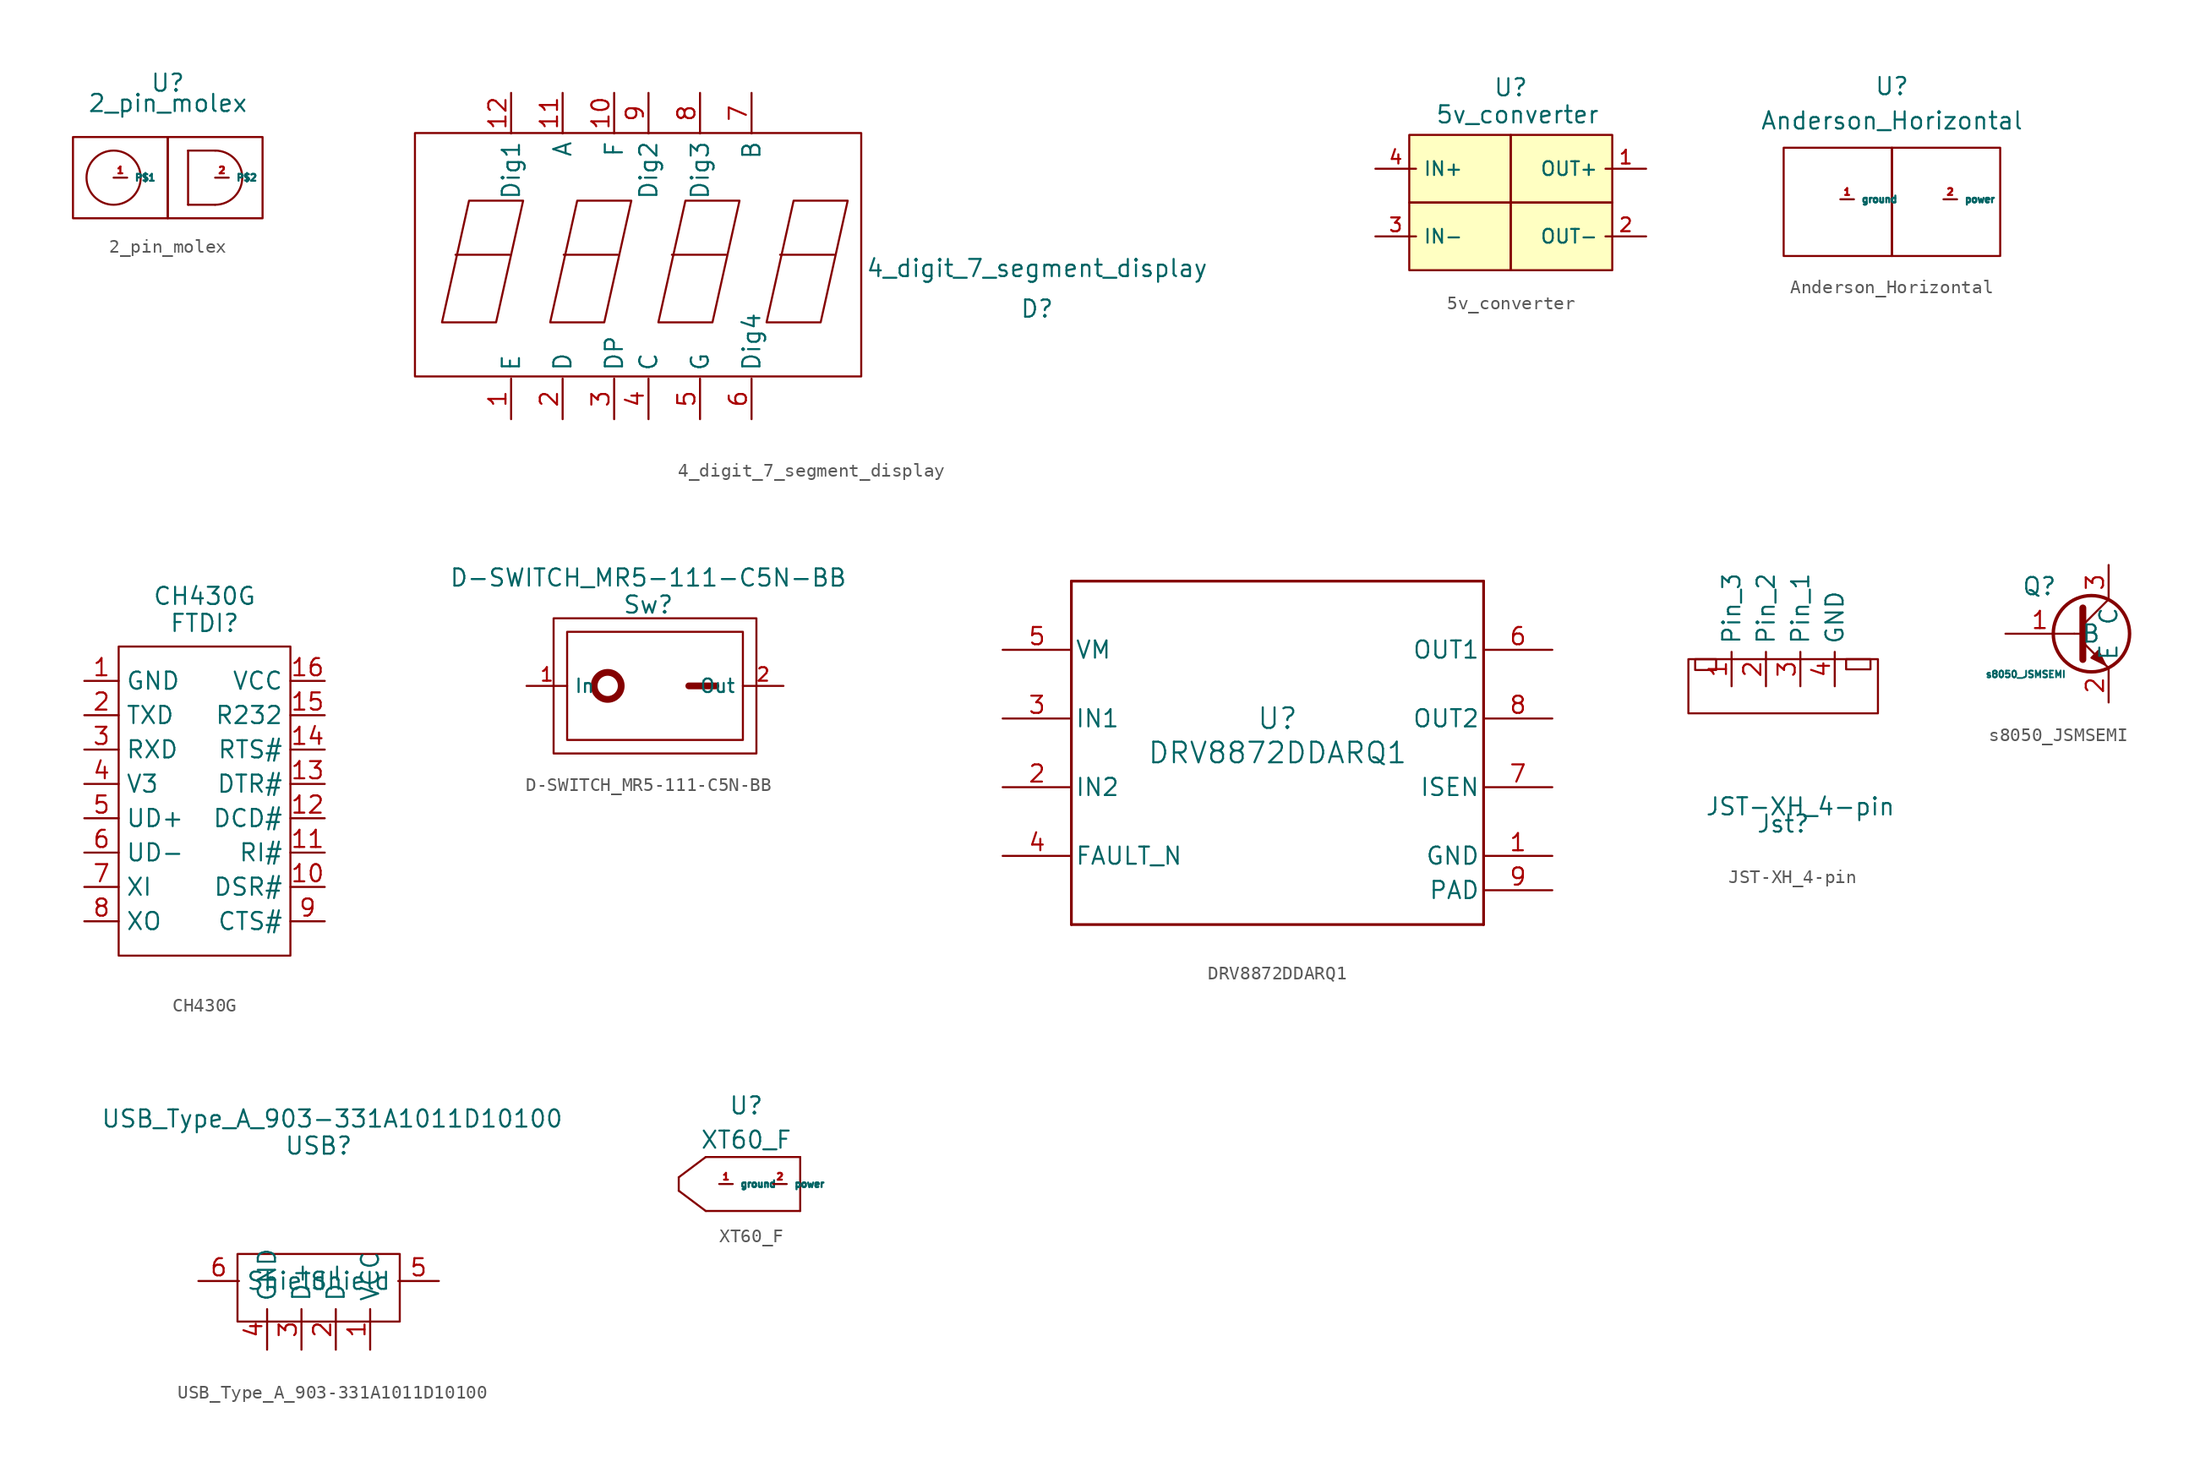
<source format=kicad_sym>
(kicad_symbol_lib
  (version 20220914)
  (generator kicad_symbol_editor)
  (symbol "2_pin_molex"
    (property "Reference" "U"
      (at 0 4 0)
      (effects (font (size 1.27 1.27))))
    (property "Value" "2_pin_molex"
      (at 0 2.5 0)
      (effects (font (size 1.27 1.27))))
    (symbol "2_pin_molex_0_1"
      (circle (center -4 -3) (radius 2) (stroke (width 0) (type default)) (fill (type none)))
      (rectangle (start 0 0) (end -7 -6) (stroke (width 0) (type default)) (fill (type none)))
      (polyline (pts (xy 1.5 -5) (xy 3.5 -5)) (stroke (width 0) (type default)) (fill (type none)))
      (polyline (pts (xy 1.5 -1) (xy 1.5 -5)) (stroke (width 0) (type default)) (fill (type none)))
      (polyline (pts (xy 1.5 -1) (xy 3.5 -1)) (stroke (width 0) (type default)) (fill (type none)))
      (rectangle (start 0 0) (end 7 -6) (stroke (width 0) (type default)) (fill (type none)))
      (arc (start 3.5 -5) (mid 4.9142 -4.4142) (end 5.5 -3) (stroke (width 0) (type default)) (fill (type none)))
      (arc (start 5.5 -3) (mid 4.9142 -1.5858) (end 3.5 -1) (stroke (width 0) (type default)) (fill (type none))))
    (symbol "2_pin_molex_1_1"
      (pin passive line (at -4 -3 0) (length 1) (name "P$1" (effects (font (size 0.5 0.5)))) (number "1" (effects (font (size 0.5 0.5)))))
      (pin passive line (at 3.5 -3 0) (length 1) (name "P$2" (effects (font (size 0.5 0.5)))) (number "2" (effects (font (size 0.5 0.5)))))))
  (symbol "4_digit_7_segment_display"
    (property "Reference" "D"
      (at 30 -2 0)
      (effects (font (size 1.27 1.27))))
    (property "Value" "4_digit_7_segment_display"
      (at 30 1 0)
      (effects (font (size 1.27 1.27))))
    (symbol "4_digit_7_segment_display_0_1"
      (rectangle (start -16 11) (end 17 -7) (stroke (width 0) (type default)) (fill (type none)))
      (polyline (pts (xy -9 2) (xy -13 2)) (stroke (width 0) (type default)) (fill (type none)))
      (polyline (pts (xy -1 2) (xy -5 2)) (stroke (width 0) (type default)) (fill (type none)))
      (polyline (pts (xy 7 2) (xy 3 2)) (stroke (width 0) (type default)) (fill (type none)))
      (polyline (pts (xy 15 2) (xy 11 2)) (stroke (width 0) (type default)) (fill (type none)))
      (polyline (pts (xy -12 6) (xy -8 6) (xy -10 -3) (xy -14 -3) (xy -12 6)) (stroke (width 0) (type default)) (fill (type none)))
      (polyline (pts (xy -4 6) (xy 0 6) (xy -2 -3) (xy -6 -3) (xy -4 6)) (stroke (width 0) (type default)) (fill (type none)))
      (polyline (pts (xy 4 6) (xy 8 6) (xy 6 -3) (xy 2 -3) (xy 4 6)) (stroke (width 0) (type default)) (fill (type none)))
      (polyline (pts (xy 12 6) (xy 16 6) (xy 14 -3) (xy 10 -3) (xy 12 6)) (stroke (width 0) (type default)) (fill (type none))))
    (symbol "4_digit_7_segment_display_1_1"
      (pin passive line (at -8.89 -10.16 90) (length 3) (name "E" (effects (font (size 1.27 1.27)))) (number "1" (effects (font (size 1.27 1.27)))))
      (pin passive line (at -1.27 13.97 270) (length 3) (name "F" (effects (font (size 1.27 1.27)))) (number "10" (effects (font (size 1.27 1.27)))))
      (pin passive line (at -5.08 13.97 270) (length 3) (name "A" (effects (font (size 1.27 1.27)))) (number "11" (effects (font (size 1.27 1.27)))))
      (pin passive line (at -8.89 13.97 270) (length 3) (name "Dig1" (effects (font (size 1.27 1.27)))) (number "12" (effects (font (size 1.27 1.27)))))
      (pin passive line (at -5.08 -10.16 90) (length 3) (name "D" (effects (font (size 1.27 1.27)))) (number "2" (effects (font (size 1.27 1.27)))))
      (pin passive line (at -1.27 -10.16 90) (length 3) (name "DP" (effects (font (size 1.27 1.27)))) (number "3" (effects (font (size 1.27 1.27)))))
      (pin passive line (at 1.27 -10.16 90) (length 3) (name "C" (effects (font (size 1.27 1.27)))) (number "4" (effects (font (size 1.27 1.27)))))
      (pin passive line (at 5.08 -10.16 90) (length 3) (name "G" (effects (font (size 1.27 1.27)))) (number "5" (effects (font (size 1.27 1.27)))))
      (pin passive line (at 8.89 -10.16 90) (length 3) (name "Dig4" (effects (font (size 1.27 1.27)))) (number "6" (effects (font (size 1.27 1.27)))))
      (pin passive line (at 8.89 13.97 270) (length 3) (name "B" (effects (font (size 1.27 1.27)))) (number "7" (effects (font (size 1.27 1.27)))))
      (pin passive line (at 5.08 13.97 270) (length 3) (name "Dig3" (effects (font (size 1.27 1.27)))) (number "8" (effects (font (size 1.27 1.27)))))
      (pin passive line (at 1.27 13.97 270) (length 3) (name "Dig2" (effects (font (size 1.27 1.27)))) (number "9" (effects (font (size 1.27 1.27)))))))
  (symbol "5v_converter"
    (property "Reference" "U"
      (at 0 8.5 0)
      (effects (font (size 1.27 1.27))))
    (property "Value" "5v_converter"
      (at 0.5 6.5 0)
      (effects (font (size 1.27 1.27))))
    (symbol "5v_converter_0_0"
      (pin passive line (at 10 2.5 180) (length 3) (name "OUT+" (effects (font (size 1.016 1.016)))) (number "1" (effects (font (size 1.016 1.016)))))
      (pin passive line (at 10 -2.5 180) (length 3) (name "OUT-" (effects (font (size 1.016 1.016)))) (number "2" (effects (font (size 1.016 1.016)))))
      (pin passive line (at -10 -2.5 0) (length 3) (name "IN-" (effects (font (size 1.016 1.016)))) (number "3" (effects (font (size 1.016 1.016)))))
      (pin passive line (at -10 2.5 0) (length 3) (name "IN+" (effects (font (size 1.016 1.016)))) (number "4" (effects (font (size 1.016 1.016))))))
    (symbol "5v_converter_0_1"
      (rectangle (start 0 0) (end -7.5 -5) (stroke (width 0) (type default)) (fill (type background)))
      (rectangle (start 0 0) (end 7.5 -5) (stroke (width 0) (type default)) (fill (type background)))
      (rectangle (start 0 5) (end -7.5 0) (stroke (width 0) (type default)) (fill (type background)))
      (rectangle (start 0 5) (end 7.5 0) (stroke (width 0) (type default)) (fill (type background)))))
  (symbol "Anderson_Horizontal"
    (property "Reference" "U"
      (at 0 4.54 0)
      (effects (font (size 1.27 1.27))))
    (property "Value" "Anderson_Horizontal"
      (at 0 2 0)
      (effects (font (size 1.27 1.27))))
    (symbol "Anderson_Horizontal_0_1"
      (rectangle (start 0 0) (end -8 -8) (stroke (width 0) (type default)) (fill (type none)))
      (rectangle (start 0 0) (end 8 -8) (stroke (width 0) (type default)) (fill (type none))))
    (symbol "Anderson_Horizontal_1_1"
      (pin passive line (at -3.81 -3.81 0) (length 1) (name "ground" (effects (font (size 0.5 0.5)))) (number "1" (effects (font (size 0.5 0.5)))))
      (pin passive line (at 3.81 -3.81 0) (length 1) (name "power" (effects (font (size 0.5 0.5)))) (number "2" (effects (font (size 0.5 0.5)))))))
  (symbol "CH430G"
    (property "Reference" "FTDI"
      (at 0 1.73 0)
      (effects (font (size 1.27 1.27))))
    (property "Value" "CH430G"
      (at 0 3.73 0)
      (effects (font (size 1.27 1.27))))
    (symbol "CH430G_0_1"
      (rectangle (start -6.35 0) (end 6.35 -22.86) (stroke (width 0) (type default)) (fill (type none))))
    (symbol "CH430G_1_1"
      (pin passive line (at -8.89 -2.54 0) (length 2.54) (name "GND" (effects (font (size 1.27 1.27)))) (number "1" (effects (font (size 1.27 1.27)))))
      (pin passive line (at 8.89 -17.78 180) (length 2.54) (name "DSR#" (effects (font (size 1.27 1.27)))) (number "10" (effects (font (size 1.27 1.27)))))
      (pin passive line (at 8.89 -15.24 180) (length 2.54) (name "RI#" (effects (font (size 1.27 1.27)))) (number "11" (effects (font (size 1.27 1.27)))))
      (pin passive line (at 8.89 -12.7 180) (length 2.54) (name "DCD#" (effects (font (size 1.27 1.27)))) (number "12" (effects (font (size 1.27 1.27)))))
      (pin passive line (at 8.89 -10.16 180) (length 2.54) (name "DTR#" (effects (font (size 1.27 1.27)))) (number "13" (effects (font (size 1.27 1.27)))))
      (pin passive line (at 8.89 -7.62 180) (length 2.54) (name "RTS#" (effects (font (size 1.27 1.27)))) (number "14" (effects (font (size 1.27 1.27)))))
      (pin passive line (at 8.89 -5.08 180) (length 2.54) (name "R232" (effects (font (size 1.27 1.27)))) (number "15" (effects (font (size 1.27 1.27)))))
      (pin passive line (at 8.89 -2.54 180) (length 2.54) (name "VCC" (effects (font (size 1.27 1.27)))) (number "16" (effects (font (size 1.27 1.27)))))
      (pin passive line (at -8.89 -5.08 0) (length 2.54) (name "TXD" (effects (font (size 1.27 1.27)))) (number "2" (effects (font (size 1.27 1.27)))))
      (pin passive line (at -8.89 -7.62 0) (length 2.54) (name "RXD" (effects (font (size 1.27 1.27)))) (number "3" (effects (font (size 1.27 1.27)))))
      (pin passive line (at -8.89 -10.16 0) (length 2.54) (name "V3" (effects (font (size 1.27 1.27)))) (number "4" (effects (font (size 1.27 1.27)))))
      (pin passive line (at -8.89 -12.7 0) (length 2.54) (name "UD+" (effects (font (size 1.27 1.27)))) (number "5" (effects (font (size 1.27 1.27)))))
      (pin passive line (at -8.89 -15.24 0) (length 2.54) (name "UD-" (effects (font (size 1.27 1.27)))) (number "6" (effects (font (size 1.27 1.27)))))
      (pin passive line (at -8.89 -17.78 0) (length 2.54) (name "XI" (effects (font (size 1.27 1.27)))) (number "7" (effects (font (size 1.27 1.27)))))
      (pin passive line (at -8.89 -20.32 0) (length 2.54) (name "XO" (effects (font (size 1.27 1.27)))) (number "8" (effects (font (size 1.27 1.27)))))
      (pin passive line (at 8.89 -20.32 180) (length 2.54) (name "CTS#" (effects (font (size 1.27 1.27)))) (number "9" (effects (font (size 1.27 1.27)))))))
  (symbol "D-SWITCH_MR5-111-C5N-BB"
    (property "Reference" "Sw"
      (at 0 6 0)
      (effects (font (size 1.27 1.27))))
    (property "Value" "D-SWITCH_MR5-111-C5N-BB"
      (at 0 8 0)
      (effects (font (size 1.27 1.27))))
    (symbol "D-SWITCH_MR5-111-C5N-BB_0_1"
      (rectangle (start -7 5) (end 8 -5) (stroke (width 0) (type default)) (fill (type none)))
      (rectangle (start -6 4) (end 7 -4) (stroke (width 0) (type default)) (fill (type none)))
      (circle (center -3 0) (radius 1) (stroke (width 0.5) (type default)) (fill (type none)))
      (polyline (pts (xy 3 0) (xy 5 0)) (stroke (width 0.5) (type default)) (fill (type none))))
    (symbol "D-SWITCH_MR5-111-C5N-BB_1_1"
      (pin passive line (at -9 0 0) (length 3) (name "In" (effects (font (size 1 1)))) (number "1" (effects (font (size 1 1)))))
      (pin passive line (at 10 0 180) (length 3) (name "Out" (effects (font (size 1 1)))) (number "2" (effects (font (size 1 1)))))))
  (symbol "DRV8872DDARQ1"
    (pin_names
      (offset 0.254))
    (property "Reference" "U"
      (at 0 2.54 0)
      (effects (font (size 1.524 1.524))))
    (property "Value" "DRV8872DDARQ1"
      (at 0 0 0)
      (effects (font (size 1.524 1.524))))
    (property "ki_locked" ""
      (at 0 0 0)
      (effects (font (size 1.27 1.27))))
    (symbol "DRV8872DDARQ1_0_1"
      (polyline (pts (xy -15.24 -12.7) (xy 15.24 -12.7)) (stroke (width 0.203) (type default)) (fill (type none)))
      (polyline (pts (xy -15.24 12.7) (xy -15.24 -12.7)) (stroke (width 0.203) (type default)) (fill (type none)))
      (polyline (pts (xy 15.24 -12.7) (xy 15.24 12.7)) (stroke (width 0.203) (type default)) (fill (type none)))
      (polyline (pts (xy 15.24 12.7) (xy -15.24 12.7)) (stroke (width 0.203) (type default)) (fill (type none)))
      (pin power_in line (at 20.32 -7.62 180) (length 5.08) (name "GND" (effects (font (size 1.27 1.27)))) (number "1" (effects (font (size 1.27 1.27)))))
      (pin input line (at -20.32 -2.54 0) (length 5.08) (name "IN2" (effects (font (size 1.27 1.27)))) (number "2" (effects (font (size 1.27 1.27)))))
      (pin input line (at -20.32 2.54 0) (length 5.08) (name "IN1" (effects (font (size 1.27 1.27)))) (number "3" (effects (font (size 1.27 1.27)))))
      (pin open_collector line (at -20.32 -7.62 0) (length 5.08) (name "FAULT_N" (effects (font (size 1.27 1.27)))) (number "4" (effects (font (size 1.27 1.27)))))
      (pin power_in line (at -20.32 7.62 0) (length 5.08) (name "VM" (effects (font (size 1.27 1.27)))) (number "5" (effects (font (size 1.27 1.27)))))
      (pin output line (at 20.32 7.62 180) (length 5.08) (name "OUT1" (effects (font (size 1.27 1.27)))) (number "6" (effects (font (size 1.27 1.27)))))
      (pin input line (at 20.32 -2.54 180) (length 5.08) (name "ISEN" (effects (font (size 1.27 1.27)))) (number "7" (effects (font (size 1.27 1.27)))))
      (pin output line (at 20.32 2.54 180) (length 5.08) (name "OUT2" (effects (font (size 1.27 1.27)))) (number "8" (effects (font (size 1.27 1.27)))))
      (pin power_in line (at 20.32 -10.16 180) (length 5.08) (name "PAD" (effects (font (size 1.27 1.27)))) (number "9" (effects (font (size 1.27 1.27)))))))
  (symbol "JST-XH_4-pin"
    (property "Reference" "Jst"
      (at 0 -10.16 0)
      (effects (font (size 1.27 1.27))))
    (property "Value" "JST-XH_4-pin"
      (at 1.27 -8.89 0)
      (effects (font (size 1.27 1.27))))
    (symbol "JST-XH_4-pin_0_1"
      (rectangle (start -7 2) (end 7 -2) (stroke (width 0) (type default)) (fill (type none)))
      (rectangle (start -6.5 2) (end -4.95 1.2) (stroke (width 0) (type default)) (fill (type none)))
      (rectangle (start 4.65 2) (end 6.45 1.25) (stroke (width 0) (type default)) (fill (type none))))
    (symbol "JST-XH_4-pin_1_1"
      (pin passive line (at -3.81 0 90) (length 2.54) (name "Pin_3" (effects (font (size 1.27 1.27)))) (number "1" (effects (font (size 1.27 1.27)))))
      (pin passive line (at -1.27 0 90) (length 2.54) (name "Pin_2" (effects (font (size 1.27 1.27)))) (number "2" (effects (font (size 1.27 1.27)))))
      (pin passive line (at 1.27 0 90) (length 2.54) (name "Pin_1" (effects (font (size 1.27 1.27)))) (number "3" (effects (font (size 1.27 1.27)))))
      (pin input line (at 3.81 0 90) (length 2.54) (name "GND" (effects (font (size 1.27 1.27)))) (number "4" (effects (font (size 1.27 1.27)))))))
  (symbol "s8050_JSMSEMI"
    (property "Reference" "Q"
      (at -3.5 3 0)
      (effects (font (size 1.27 1.27))))
    (property "Value" "s8050_JSMSEMI"
      (at -4.5 -3.5 0)
      (effects (font (size 0.5 0.5))))
    (symbol "s8050_JSMSEMI_0_1"
      (polyline (pts (xy -0.92 -0.5) (xy -0.285 -0.5)) (stroke (width 0) (type default)) (fill (type none)))
      (polyline (pts (xy -0.285 0.135) (xy 1.62 2.04)) (stroke (width 0) (type default)) (fill (type none)))
      (polyline (pts (xy -0.285 -1.135) (xy 1.62 -3.04) (xy 1.62 -3.04)) (stroke (width 0) (type default)) (fill (type none)))
      (polyline (pts (xy -0.285 1.405) (xy -0.285 -2.405) (xy -0.285 -2.405)) (stroke (width 0.508) (type default)) (fill (type none)))
      (polyline (pts (xy 0.35 -2.278) (xy 0.858 -1.77) (xy 1.366 -2.786) (xy 0.35 -2.278) (xy 0.35 -2.278)) (stroke (width 0) (type default)) (fill (type outline)))
      (circle (center 0.35 -0.5) (radius 2.819) (stroke (width 0.254) (type default)) (fill (type none))))
    (symbol "s8050_JSMSEMI_1_1"
      (pin input line (at -6 -0.5 0) (length 5.08) (name "B" (effects (font (size 1.27 1.27)))) (number "1" (effects (font (size 1.27 1.27)))))
      (pin passive line (at 1.62 -5.58 90) (length 2.54) (name "E" (effects (font (size 1.27 1.27)))) (number "2" (effects (font (size 1.27 1.27)))))
      (pin passive line (at 1.62 4.58 270) (length 2.54) (name "C" (effects (font (size 1.27 1.27)))) (number "3" (effects (font (size 1.27 1.27)))))))
  (symbol "USB_Type_A_903-331A1011D10100"
    (property "Reference" "USB"
      (at 0 10 0)
      (effects (font (size 1.27 1.27))))
    (property "Value" "USB_Type_A_903-331A1011D10100"
      (at 1 12 0)
      (effects (font (size 1.27 1.27))))
    (symbol "USB_Type_A_903-331A1011D10100_0_1"
      (rectangle (start -6 2) (end 6 -3) (stroke (width 0) (type default)) (fill (type none))))
    (symbol "USB_Type_A_903-331A1011D10100_1_1"
      (pin passive line (at 3.81 -5.08 90) (length 3) (name "VCC" (effects (font (size 1.27 1.27)))) (number "1" (effects (font (size 1.27 1.27)))))
      (pin passive line (at 1.27 -5.08 90) (length 3) (name "D-" (effects (font (size 1.27 1.27)))) (number "2" (effects (font (size 1.27 1.27)))))
      (pin passive line (at -1.27 -5.08 90) (length 3) (name "D+" (effects (font (size 1.27 1.27)))) (number "3" (effects (font (size 1.27 1.27)))))
      (pin passive line (at -3.81 -5.08 90) (length 3) (name "GND" (effects (font (size 1.27 1.27)))) (number "4" (effects (font (size 1.27 1.27)))))
      (pin passive line (at 8.89 0 180) (length 3) (name "Shield" (effects (font (size 1.27 1.27)))) (number "5" (effects (font (size 1.27 1.27)))))
      (pin passive line (at -8.89 0 0) (length 3) (name "Shield" (effects (font (size 1.27 1.27)))) (number "6" (effects (font (size 1.27 1.27)))))))
  (symbol "XT60_F"
    (property "Reference" "U"
      (at 0 3.81 0)
      (effects (font (size 1.27 1.27))))
    (property "Value" "XT60_F"
      (at 0 1.27 0)
      (effects (font (size 1.27 1.27))))
    (symbol "XT60_F_0_1"
      (polyline (pts (xy -5 -1.5) (xy -5 -2.5)) (stroke (width 0) (type default)) (fill (type none)))
      (polyline (pts (xy -5 -1.5) (xy -3 0)) (stroke (width 0) (type default)) (fill (type none)))
      (polyline (pts (xy -3 -4) (xy -5 -2.5)) (stroke (width 0) (type default)) (fill (type none)))
      (polyline (pts (xy -3 -4) (xy 4 -4)) (stroke (width 0) (type default)) (fill (type none)))
      (polyline (pts (xy 4 -4) (xy 4 0)) (stroke (width 0) (type default)) (fill (type none)))
      (polyline (pts (xy 4 0) (xy -3 0)) (stroke (width 0) (type default)) (fill (type none))))
    (symbol "XT60_F_1_1"
      (pin passive line (at -2 -2 0) (length 1) (name "ground" (effects (font (size 0.5 0.5)))) (number "1" (effects (font (size 0.5 0.5)))))
      (pin passive line (at 2 -2 0) (length 1) (name "power" (effects (font (size 0.5 0.5)))) (number "2" (effects (font (size 0.5 0.5))))))))
</source>
